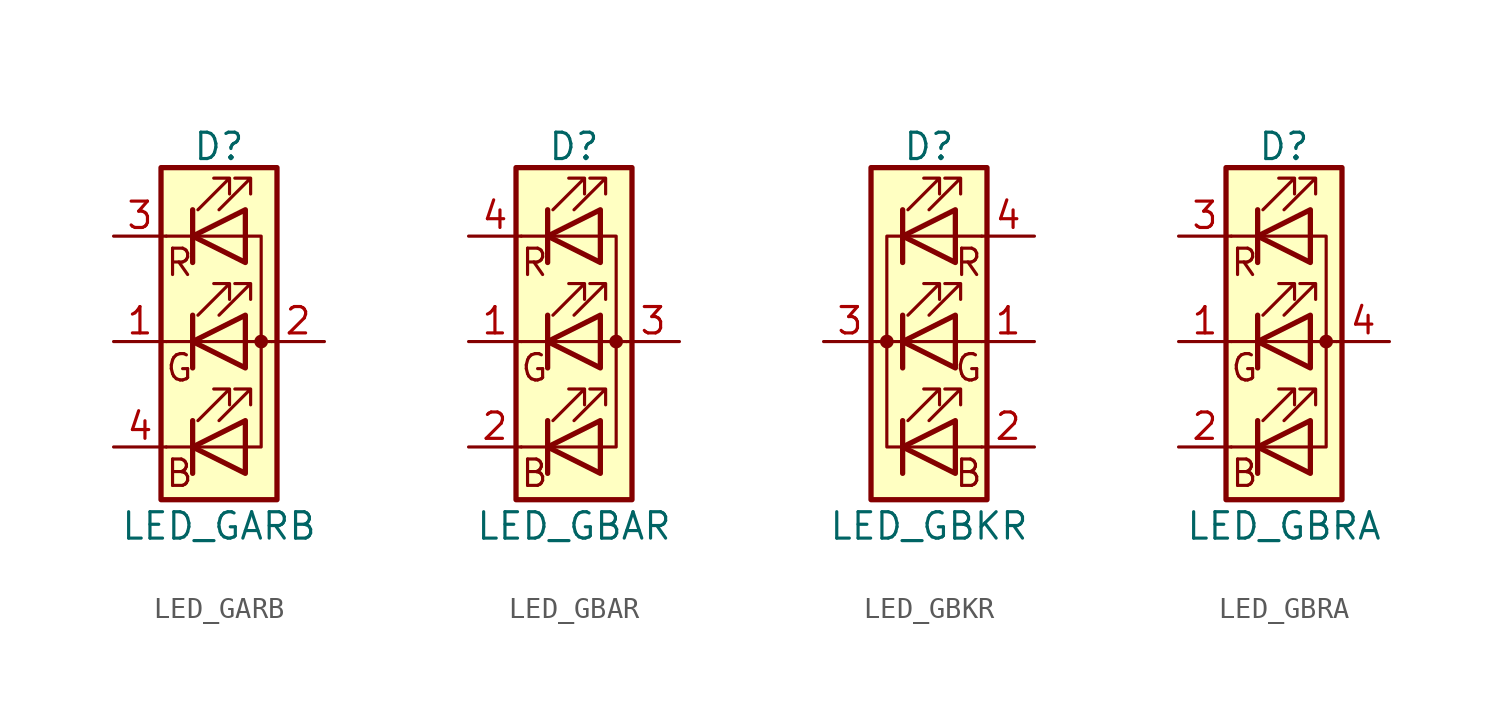
<source format=kicad_sym>
(kicad_symbol_lib
  (version 20241209)
  (generator "kicad_symbol_editor")
  (generator_version "9.0")
  (symbol "LED_GARB"
    (pin_names
      (offset 0)
      (hide yes))
    (property "Reference" "D"
      (at 0 9.398 0)
      (effects (font (size 1.27 1.27))))
    (property "Value" "LED_GARB"
      (at 0 -8.89 0)
      (effects (font (size 1.27 1.27))))
    (symbol "LED_GARB_0_0"
      (text "R" (at -1.905 3.81 0) (effects (font (size 1.27 1.27))))
      (text "G" (at -1.905 -1.27 0) (effects (font (size 1.27 1.27))))
      (text "B" (at -1.905 -6.35 0) (effects (font (size 1.27 1.27)))))
    (symbol "LED_GARB_0_1"
      (polyline (pts (xy -1.27 6.35) (xy -1.27 3.81)) (stroke (width 0.254) (type solid)) (fill (type none)))
      (polyline (pts (xy -1.27 6.35) (xy -1.27 3.81) (xy -1.27 3.81)) (stroke (width 0) (type solid)) (fill (type none)))
      (polyline (pts (xy -1.27 5.08) (xy -2.54 5.08)) (stroke (width 0) (type solid)) (fill (type none)))
      (polyline (pts (xy -1.27 5.08) (xy 1.27 5.08)) (stroke (width 0) (type solid)) (fill (type none)))
      (polyline (pts (xy -1.27 1.27) (xy -1.27 -1.27)) (stroke (width 0.254) (type solid)) (fill (type none)))
      (polyline (pts (xy -1.27 1.27) (xy -1.27 -1.27) (xy -1.27 -1.27)) (stroke (width 0) (type solid)) (fill (type none)))
      (polyline (pts (xy -1.27 0) (xy -2.54 0)) (stroke (width 0) (type solid)) (fill (type none)))
      (polyline (pts (xy -1.27 -3.81) (xy -1.27 -6.35)) (stroke (width 0.254) (type solid)) (fill (type none)))
      (polyline (pts (xy -1.27 -5.08) (xy -2.54 -5.08)) (stroke (width 0) (type solid)) (fill (type none)))
      (polyline (pts (xy -1.27 -5.08) (xy 1.27 -5.08)) (stroke (width 0) (type solid)) (fill (type none)))
      (polyline (pts (xy -1.016 6.35) (xy 0.508 7.874) (xy -0.254 7.874) (xy 0.508 7.874) (xy 0.508 7.112)) (stroke (width 0) (type solid)) (fill (type none)))
      (polyline (pts (xy -1.016 1.27) (xy 0.508 2.794) (xy -0.254 2.794) (xy 0.508 2.794) (xy 0.508 2.032)) (stroke (width 0) (type solid)) (fill (type none)))
      (polyline (pts (xy -1.016 -3.81) (xy 0.508 -2.286) (xy -0.254 -2.286) (xy 0.508 -2.286) (xy 0.508 -3.048)) (stroke (width 0) (type solid)) (fill (type none)))
      (polyline (pts (xy 0 6.35) (xy 1.524 7.874) (xy 0.762 7.874) (xy 1.524 7.874) (xy 1.524 7.112)) (stroke (width 0) (type solid)) (fill (type none)))
      (polyline (pts (xy 0 1.27) (xy 1.524 2.794) (xy 0.762 2.794) (xy 1.524 2.794) (xy 1.524 2.032)) (stroke (width 0) (type solid)) (fill (type none)))
      (polyline (pts (xy 0 -3.81) (xy 1.524 -2.286) (xy 0.762 -2.286) (xy 1.524 -2.286) (xy 1.524 -3.048)) (stroke (width 0) (type solid)) (fill (type none)))
      (polyline (pts (xy 1.27 6.35) (xy 1.27 3.81) (xy -1.27 5.08) (xy 1.27 6.35)) (stroke (width 0.254) (type solid)) (fill (type none)))
      (rectangle (start 1.27 6.35) (end 1.27 6.35) (stroke (width 0) (type solid)) (fill (type none)))
      (rectangle (start 1.27 3.81) (end 1.27 6.35) (stroke (width 0) (type solid)) (fill (type none)))
      (polyline (pts (xy 1.27 1.27) (xy 1.27 -1.27) (xy -1.27 0) (xy 1.27 1.27)) (stroke (width 0.254) (type solid)) (fill (type none)))
      (rectangle (start 1.27 1.27) (end 1.27 1.27) (stroke (width 0) (type solid)) (fill (type none)))
      (polyline (pts (xy 1.27 0) (xy -1.27 0)) (stroke (width 0) (type solid)) (fill (type none)))
      (polyline (pts (xy 1.27 0) (xy 2.54 0)) (stroke (width 0) (type solid)) (fill (type none)))
      (rectangle (start 1.27 -1.27) (end 1.27 1.27) (stroke (width 0) (type solid)) (fill (type none)))
      (polyline (pts (xy 1.27 -3.81) (xy 1.27 -6.35) (xy -1.27 -5.08) (xy 1.27 -3.81)) (stroke (width 0.254) (type solid)) (fill (type none)))
      (polyline (pts (xy 1.27 -5.08) (xy 2.032 -5.08) (xy 2.032 5.08) (xy 1.27 5.08)) (stroke (width 0) (type solid)) (fill (type none)))
      (circle (center 2.032 0) (radius 0.254) (stroke (width 0) (type solid)) (fill (type outline)))
      (rectangle (start 2.794 8.382) (end -2.794 -7.62) (stroke (width 0.254) (type solid)) (fill (type background))))
    (symbol "LED_GARB_1_1"
      (pin passive line (at -5.08 5.08 0) (length 2.54) (name "RK" (effects (font (size 1.27 1.27)))) (number "3" (effects (font (size 1.27 1.27)))))
      (pin passive line (at -5.08 0 0) (length 2.54) (name "GK" (effects (font (size 1.27 1.27)))) (number "1" (effects (font (size 1.27 1.27)))))
      (pin passive line (at -5.08 -5.08 0) (length 2.54) (name "BK" (effects (font (size 1.27 1.27)))) (number "4" (effects (font (size 1.27 1.27)))))
      (pin passive line (at 5.08 0 180) (length 2.54) (name "A" (effects (font (size 1.27 1.27)))) (number "2" (effects (font (size 1.27 1.27)))))))
  (symbol "LED_GBAR"
    (pin_names
      (offset 0)
      (hide yes))
    (property "Reference" "D"
      (at 0 9.398 0)
      (effects (font (size 1.27 1.27))))
    (property "Value" "LED_GBAR"
      (at 0 -8.89 0)
      (effects (font (size 1.27 1.27))))
    (symbol "LED_GBAR_0_0"
      (text "R" (at -1.905 3.81 0) (effects (font (size 1.27 1.27))))
      (text "G" (at -1.905 -1.27 0) (effects (font (size 1.27 1.27))))
      (text "B" (at -1.905 -6.35 0) (effects (font (size 1.27 1.27)))))
    (symbol "LED_GBAR_0_1"
      (polyline (pts (xy -1.27 6.35) (xy -1.27 3.81)) (stroke (width 0.254) (type solid)) (fill (type none)))
      (polyline (pts (xy -1.27 6.35) (xy -1.27 3.81) (xy -1.27 3.81)) (stroke (width 0) (type solid)) (fill (type none)))
      (polyline (pts (xy -1.27 5.08) (xy -2.54 5.08)) (stroke (width 0) (type solid)) (fill (type none)))
      (polyline (pts (xy -1.27 5.08) (xy 1.27 5.08)) (stroke (width 0) (type solid)) (fill (type none)))
      (polyline (pts (xy -1.27 1.27) (xy -1.27 -1.27)) (stroke (width 0.254) (type solid)) (fill (type none)))
      (polyline (pts (xy -1.27 1.27) (xy -1.27 -1.27) (xy -1.27 -1.27)) (stroke (width 0) (type solid)) (fill (type none)))
      (polyline (pts (xy -1.27 0) (xy -2.54 0)) (stroke (width 0) (type solid)) (fill (type none)))
      (polyline (pts (xy -1.27 -3.81) (xy -1.27 -6.35)) (stroke (width 0.254) (type solid)) (fill (type none)))
      (polyline (pts (xy -1.27 -5.08) (xy -2.54 -5.08)) (stroke (width 0) (type solid)) (fill (type none)))
      (polyline (pts (xy -1.27 -5.08) (xy 1.27 -5.08)) (stroke (width 0) (type solid)) (fill (type none)))
      (polyline (pts (xy -1.016 6.35) (xy 0.508 7.874) (xy -0.254 7.874) (xy 0.508 7.874) (xy 0.508 7.112)) (stroke (width 0) (type solid)) (fill (type none)))
      (polyline (pts (xy -1.016 1.27) (xy 0.508 2.794) (xy -0.254 2.794) (xy 0.508 2.794) (xy 0.508 2.032)) (stroke (width 0) (type solid)) (fill (type none)))
      (polyline (pts (xy -1.016 -3.81) (xy 0.508 -2.286) (xy -0.254 -2.286) (xy 0.508 -2.286) (xy 0.508 -3.048)) (stroke (width 0) (type solid)) (fill (type none)))
      (polyline (pts (xy 0 6.35) (xy 1.524 7.874) (xy 0.762 7.874) (xy 1.524 7.874) (xy 1.524 7.112)) (stroke (width 0) (type solid)) (fill (type none)))
      (polyline (pts (xy 0 1.27) (xy 1.524 2.794) (xy 0.762 2.794) (xy 1.524 2.794) (xy 1.524 2.032)) (stroke (width 0) (type solid)) (fill (type none)))
      (polyline (pts (xy 0 -3.81) (xy 1.524 -2.286) (xy 0.762 -2.286) (xy 1.524 -2.286) (xy 1.524 -3.048)) (stroke (width 0) (type solid)) (fill (type none)))
      (polyline (pts (xy 1.27 6.35) (xy 1.27 3.81) (xy -1.27 5.08) (xy 1.27 6.35)) (stroke (width 0.254) (type solid)) (fill (type none)))
      (rectangle (start 1.27 6.35) (end 1.27 6.35) (stroke (width 0) (type solid)) (fill (type none)))
      (rectangle (start 1.27 3.81) (end 1.27 6.35) (stroke (width 0) (type solid)) (fill (type none)))
      (polyline (pts (xy 1.27 1.27) (xy 1.27 -1.27) (xy -1.27 0) (xy 1.27 1.27)) (stroke (width 0.254) (type solid)) (fill (type none)))
      (rectangle (start 1.27 1.27) (end 1.27 1.27) (stroke (width 0) (type solid)) (fill (type none)))
      (polyline (pts (xy 1.27 0) (xy -1.27 0)) (stroke (width 0) (type solid)) (fill (type none)))
      (polyline (pts (xy 1.27 0) (xy 2.54 0)) (stroke (width 0) (type solid)) (fill (type none)))
      (rectangle (start 1.27 -1.27) (end 1.27 1.27) (stroke (width 0) (type solid)) (fill (type none)))
      (polyline (pts (xy 1.27 -3.81) (xy 1.27 -6.35) (xy -1.27 -5.08) (xy 1.27 -3.81)) (stroke (width 0.254) (type solid)) (fill (type none)))
      (polyline (pts (xy 1.27 -5.08) (xy 2.032 -5.08) (xy 2.032 5.08) (xy 1.27 5.08)) (stroke (width 0) (type solid)) (fill (type none)))
      (circle (center 2.032 0) (radius 0.254) (stroke (width 0) (type solid)) (fill (type outline)))
      (rectangle (start 2.794 8.382) (end -2.794 -7.62) (stroke (width 0.254) (type solid)) (fill (type background))))
    (symbol "LED_GBAR_1_1"
      (pin passive line (at -5.08 5.08 0) (length 2.54) (name "RK" (effects (font (size 1.27 1.27)))) (number "4" (effects (font (size 1.27 1.27)))))
      (pin passive line (at -5.08 0 0) (length 2.54) (name "GK" (effects (font (size 1.27 1.27)))) (number "1" (effects (font (size 1.27 1.27)))))
      (pin passive line (at -5.08 -5.08 0) (length 2.54) (name "BK" (effects (font (size 1.27 1.27)))) (number "2" (effects (font (size 1.27 1.27)))))
      (pin passive line (at 5.08 0 180) (length 2.54) (name "A" (effects (font (size 1.27 1.27)))) (number "3" (effects (font (size 1.27 1.27)))))))
  (symbol "LED_GBKR"
    (pin_names
      (offset 0)
      (hide yes))
    (property "Reference" "D"
      (at 0 9.398 0)
      (effects (font (size 1.27 1.27))))
    (property "Value" "LED_GBKR"
      (at 0 -8.89 0)
      (effects (font (size 1.27 1.27))))
    (symbol "LED_GBKR_0_0"
      (text "R" (at 1.905 3.81 0) (effects (font (size 1.27 1.27))))
      (text "G" (at 1.905 -1.27 0) (effects (font (size 1.27 1.27))))
      (text "B" (at 1.905 -6.35 0) (effects (font (size 1.27 1.27)))))
    (symbol "LED_GBKR_0_1"
      (circle (center -2.032 0) (radius 0.254) (stroke (width 0) (type solid)) (fill (type outline)))
      (polyline (pts (xy -1.27 6.35) (xy -1.27 3.81)) (stroke (width 0.254) (type solid)) (fill (type none)))
      (polyline (pts (xy -1.27 6.35) (xy -1.27 3.81) (xy -1.27 3.81)) (stroke (width 0) (type solid)) (fill (type none)))
      (polyline (pts (xy -1.27 5.08) (xy 1.27 5.08)) (stroke (width 0) (type solid)) (fill (type none)))
      (polyline (pts (xy -1.27 5.08) (xy -2.032 5.08) (xy -2.032 -5.08) (xy -1.016 -5.08)) (stroke (width 0) (type solid)) (fill (type none)))
      (polyline (pts (xy -1.27 1.27) (xy -1.27 -1.27)) (stroke (width 0.254) (type solid)) (fill (type none)))
      (polyline (pts (xy -1.27 1.27) (xy -1.27 -1.27) (xy -1.27 -1.27)) (stroke (width 0) (type solid)) (fill (type none)))
      (polyline (pts (xy -1.27 0) (xy -2.54 0)) (stroke (width 0) (type solid)) (fill (type none)))
      (polyline (pts (xy -1.27 -3.81) (xy -1.27 -6.35)) (stroke (width 0.254) (type solid)) (fill (type none)))
      (polyline (pts (xy -1.27 -5.08) (xy 1.27 -5.08)) (stroke (width 0) (type solid)) (fill (type none)))
      (polyline (pts (xy -1.016 6.35) (xy 0.508 7.874) (xy -0.254 7.874) (xy 0.508 7.874) (xy 0.508 7.112)) (stroke (width 0) (type solid)) (fill (type none)))
      (polyline (pts (xy -1.016 1.27) (xy 0.508 2.794) (xy -0.254 2.794) (xy 0.508 2.794) (xy 0.508 2.032)) (stroke (width 0) (type solid)) (fill (type none)))
      (polyline (pts (xy -1.016 -3.81) (xy 0.508 -2.286) (xy -0.254 -2.286) (xy 0.508 -2.286) (xy 0.508 -3.048)) (stroke (width 0) (type solid)) (fill (type none)))
      (polyline (pts (xy 0 6.35) (xy 1.524 7.874) (xy 0.762 7.874) (xy 1.524 7.874) (xy 1.524 7.112)) (stroke (width 0) (type solid)) (fill (type none)))
      (polyline (pts (xy 0 1.27) (xy 1.524 2.794) (xy 0.762 2.794) (xy 1.524 2.794) (xy 1.524 2.032)) (stroke (width 0) (type solid)) (fill (type none)))
      (polyline (pts (xy 0 -3.81) (xy 1.524 -2.286) (xy 0.762 -2.286) (xy 1.524 -2.286) (xy 1.524 -3.048)) (stroke (width 0) (type solid)) (fill (type none)))
      (polyline (pts (xy 1.27 6.35) (xy 1.27 3.81) (xy -1.27 5.08) (xy 1.27 6.35)) (stroke (width 0.254) (type solid)) (fill (type none)))
      (rectangle (start 1.27 6.35) (end 1.27 6.35) (stroke (width 0) (type solid)) (fill (type none)))
      (polyline (pts (xy 1.27 5.08) (xy 2.54 5.08)) (stroke (width 0) (type solid)) (fill (type none)))
      (rectangle (start 1.27 3.81) (end 1.27 6.35) (stroke (width 0) (type solid)) (fill (type none)))
      (polyline (pts (xy 1.27 1.27) (xy 1.27 -1.27) (xy -1.27 0) (xy 1.27 1.27)) (stroke (width 0.254) (type solid)) (fill (type none)))
      (rectangle (start 1.27 1.27) (end 1.27 1.27) (stroke (width 0) (type solid)) (fill (type none)))
      (polyline (pts (xy 1.27 0) (xy -1.27 0)) (stroke (width 0) (type solid)) (fill (type none)))
      (polyline (pts (xy 1.27 0) (xy 2.54 0)) (stroke (width 0) (type solid)) (fill (type none)))
      (rectangle (start 1.27 -1.27) (end 1.27 1.27) (stroke (width 0) (type solid)) (fill (type none)))
      (polyline (pts (xy 1.27 -3.81) (xy 1.27 -6.35) (xy -1.27 -5.08) (xy 1.27 -3.81)) (stroke (width 0.254) (type solid)) (fill (type none)))
      (polyline (pts (xy 1.27 -5.08) (xy 2.54 -5.08)) (stroke (width 0) (type solid)) (fill (type none)))
      (rectangle (start 2.794 8.382) (end -2.794 -7.62) (stroke (width 0.254) (type solid)) (fill (type background))))
    (symbol "LED_GBKR_1_1"
      (pin passive line (at -5.08 0 0) (length 2.54) (name "K" (effects (font (size 1.27 1.27)))) (number "3" (effects (font (size 1.27 1.27)))))
      (pin passive line (at 5.08 5.08 180) (length 2.54) (name "RA" (effects (font (size 1.27 1.27)))) (number "4" (effects (font (size 1.27 1.27)))))
      (pin passive line (at 5.08 0 180) (length 2.54) (name "GA" (effects (font (size 1.27 1.27)))) (number "1" (effects (font (size 1.27 1.27)))))
      (pin passive line (at 5.08 -5.08 180) (length 2.54) (name "BA" (effects (font (size 1.27 1.27)))) (number "2" (effects (font (size 1.27 1.27)))))))
  (symbol "LED_GBRA"
    (pin_names
      (offset 0)
      (hide yes))
    (property "Reference" "D"
      (at 0 9.398 0)
      (effects (font (size 1.27 1.27))))
    (property "Value" "LED_GBRA"
      (at 0 -8.89 0)
      (effects (font (size 1.27 1.27))))
    (symbol "LED_GBRA_0_0"
      (text "R" (at -1.905 3.81 0) (effects (font (size 1.27 1.27))))
      (text "G" (at -1.905 -1.27 0) (effects (font (size 1.27 1.27))))
      (text "B" (at -1.905 -6.35 0) (effects (font (size 1.27 1.27)))))
    (symbol "LED_GBRA_0_1"
      (polyline (pts (xy -1.27 6.35) (xy -1.27 3.81)) (stroke (width 0.254) (type solid)) (fill (type none)))
      (polyline (pts (xy -1.27 6.35) (xy -1.27 3.81) (xy -1.27 3.81)) (stroke (width 0) (type solid)) (fill (type none)))
      (polyline (pts (xy -1.27 5.08) (xy -2.54 5.08)) (stroke (width 0) (type solid)) (fill (type none)))
      (polyline (pts (xy -1.27 5.08) (xy 1.27 5.08)) (stroke (width 0) (type solid)) (fill (type none)))
      (polyline (pts (xy -1.27 1.27) (xy -1.27 -1.27)) (stroke (width 0.254) (type solid)) (fill (type none)))
      (polyline (pts (xy -1.27 1.27) (xy -1.27 -1.27) (xy -1.27 -1.27)) (stroke (width 0) (type solid)) (fill (type none)))
      (polyline (pts (xy -1.27 0) (xy -2.54 0)) (stroke (width 0) (type solid)) (fill (type none)))
      (polyline (pts (xy -1.27 -3.81) (xy -1.27 -6.35)) (stroke (width 0.254) (type solid)) (fill (type none)))
      (polyline (pts (xy -1.27 -5.08) (xy -2.54 -5.08)) (stroke (width 0) (type solid)) (fill (type none)))
      (polyline (pts (xy -1.27 -5.08) (xy 1.27 -5.08)) (stroke (width 0) (type solid)) (fill (type none)))
      (polyline (pts (xy -1.016 6.35) (xy 0.508 7.874) (xy -0.254 7.874) (xy 0.508 7.874) (xy 0.508 7.112)) (stroke (width 0) (type solid)) (fill (type none)))
      (polyline (pts (xy -1.016 1.27) (xy 0.508 2.794) (xy -0.254 2.794) (xy 0.508 2.794) (xy 0.508 2.032)) (stroke (width 0) (type solid)) (fill (type none)))
      (polyline (pts (xy -1.016 -3.81) (xy 0.508 -2.286) (xy -0.254 -2.286) (xy 0.508 -2.286) (xy 0.508 -3.048)) (stroke (width 0) (type solid)) (fill (type none)))
      (polyline (pts (xy 0 6.35) (xy 1.524 7.874) (xy 0.762 7.874) (xy 1.524 7.874) (xy 1.524 7.112)) (stroke (width 0) (type solid)) (fill (type none)))
      (polyline (pts (xy 0 1.27) (xy 1.524 2.794) (xy 0.762 2.794) (xy 1.524 2.794) (xy 1.524 2.032)) (stroke (width 0) (type solid)) (fill (type none)))
      (polyline (pts (xy 0 -3.81) (xy 1.524 -2.286) (xy 0.762 -2.286) (xy 1.524 -2.286) (xy 1.524 -3.048)) (stroke (width 0) (type solid)) (fill (type none)))
      (polyline (pts (xy 1.27 6.35) (xy 1.27 3.81) (xy -1.27 5.08) (xy 1.27 6.35)) (stroke (width 0.254) (type solid)) (fill (type none)))
      (rectangle (start 1.27 6.35) (end 1.27 6.35) (stroke (width 0) (type solid)) (fill (type none)))
      (rectangle (start 1.27 3.81) (end 1.27 6.35) (stroke (width 0) (type solid)) (fill (type none)))
      (polyline (pts (xy 1.27 1.27) (xy 1.27 -1.27) (xy -1.27 0) (xy 1.27 1.27)) (stroke (width 0.254) (type solid)) (fill (type none)))
      (rectangle (start 1.27 1.27) (end 1.27 1.27) (stroke (width 0) (type solid)) (fill (type none)))
      (polyline (pts (xy 1.27 0) (xy -1.27 0)) (stroke (width 0) (type solid)) (fill (type none)))
      (polyline (pts (xy 1.27 0) (xy 2.54 0)) (stroke (width 0) (type solid)) (fill (type none)))
      (rectangle (start 1.27 -1.27) (end 1.27 1.27) (stroke (width 0) (type solid)) (fill (type none)))
      (polyline (pts (xy 1.27 -3.81) (xy 1.27 -6.35) (xy -1.27 -5.08) (xy 1.27 -3.81)) (stroke (width 0.254) (type solid)) (fill (type none)))
      (polyline (pts (xy 1.27 -5.08) (xy 2.032 -5.08) (xy 2.032 5.08) (xy 1.27 5.08)) (stroke (width 0) (type solid)) (fill (type none)))
      (circle (center 2.032 0) (radius 0.254) (stroke (width 0) (type solid)) (fill (type outline)))
      (rectangle (start 2.794 8.382) (end -2.794 -7.62) (stroke (width 0.254) (type solid)) (fill (type background))))
    (symbol "LED_GBRA_1_1"
      (pin passive line (at -5.08 5.08 0) (length 2.54) (name "RK" (effects (font (size 1.27 1.27)))) (number "3" (effects (font (size 1.27 1.27)))))
      (pin passive line (at -5.08 0 0) (length 2.54) (name "GK" (effects (font (size 1.27 1.27)))) (number "1" (effects (font (size 1.27 1.27)))))
      (pin passive line (at -5.08 -5.08 0) (length 2.54) (name "BK" (effects (font (size 1.27 1.27)))) (number "2" (effects (font (size 1.27 1.27)))))
      (pin passive line (at 5.08 0 180) (length 2.54) (name "A" (effects (font (size 1.27 1.27)))) (number "4" (effects (font (size 1.27 1.27))))))))
</source>
